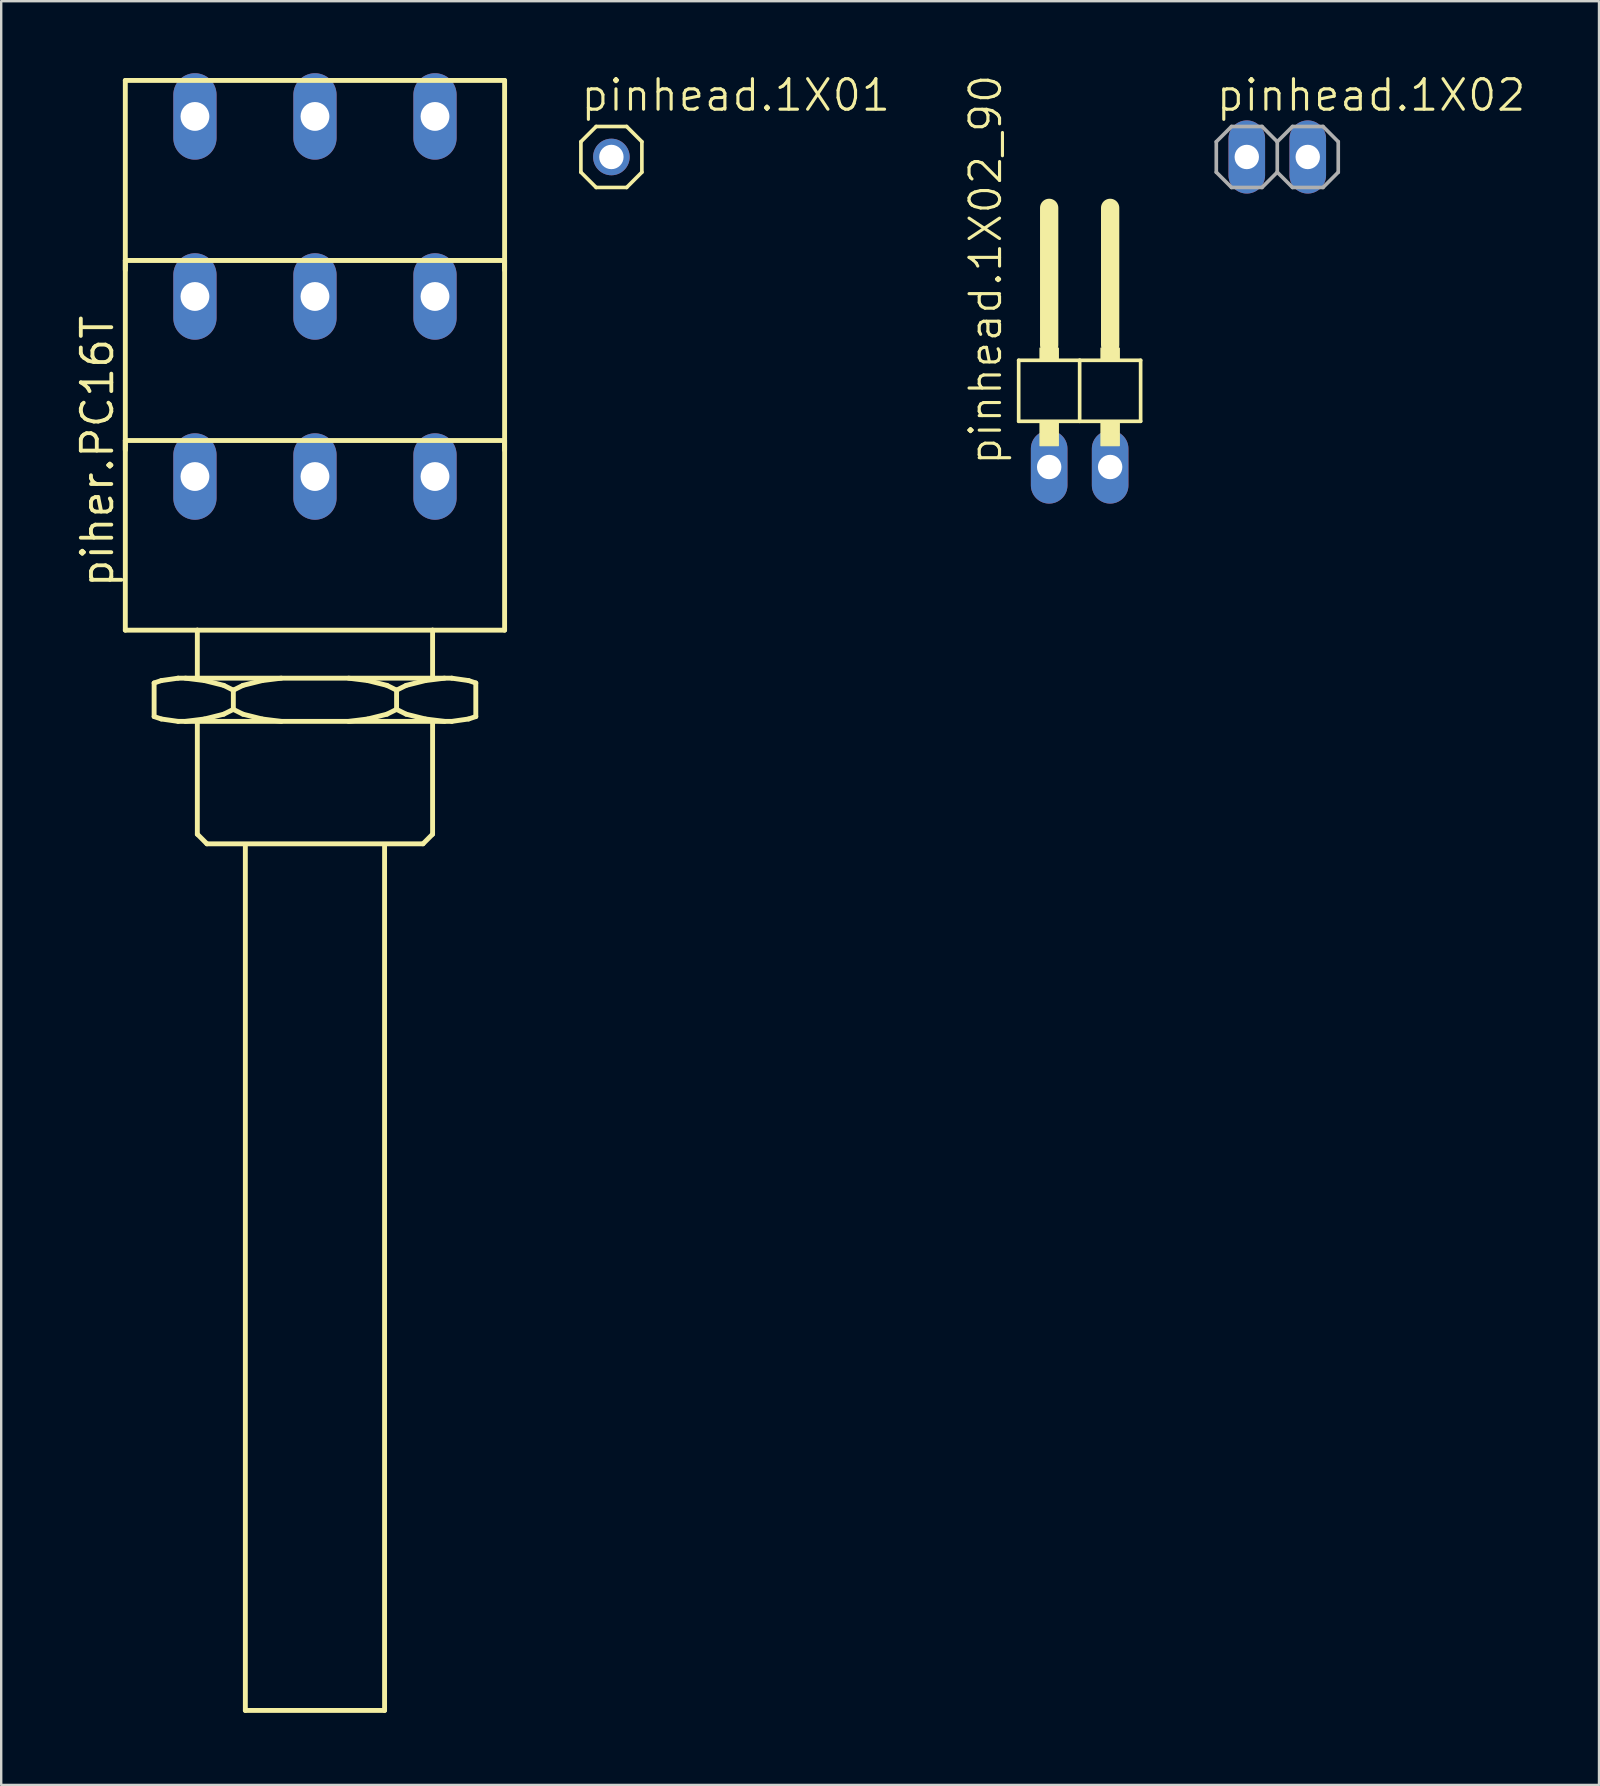
<source format=kicad_pcb>
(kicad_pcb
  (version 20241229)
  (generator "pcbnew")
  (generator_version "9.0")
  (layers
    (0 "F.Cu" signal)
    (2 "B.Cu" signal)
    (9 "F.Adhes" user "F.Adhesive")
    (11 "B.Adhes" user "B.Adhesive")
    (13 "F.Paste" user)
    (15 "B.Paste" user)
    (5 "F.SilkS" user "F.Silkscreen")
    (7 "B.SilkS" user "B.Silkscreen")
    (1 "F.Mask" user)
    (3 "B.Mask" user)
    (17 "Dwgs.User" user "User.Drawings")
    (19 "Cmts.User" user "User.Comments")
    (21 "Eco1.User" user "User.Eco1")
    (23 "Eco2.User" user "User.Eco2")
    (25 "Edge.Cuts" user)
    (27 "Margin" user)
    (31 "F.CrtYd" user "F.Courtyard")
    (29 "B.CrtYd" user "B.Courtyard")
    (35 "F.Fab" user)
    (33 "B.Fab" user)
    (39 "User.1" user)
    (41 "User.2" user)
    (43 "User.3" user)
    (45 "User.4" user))
  (footprint "pinhead.1X01"
    (layer "F.Cu")
    (at 22.418 3.489)
    (property "Reference" "pinhead.1X01" (at -1.346 -1.829 0) (layer "F.SilkS") (effects (font (size 1.27 1.27) (thickness 0.13)) (justify left bottom)))
    (attr through_hole)
    (fp_line (start -1.27 -0.635) (end -1.27 0.635) (stroke (width 0.152) (type default)) (layer "F.SilkS"))
    (fp_line (start -1.27 0.635) (end -0.635 1.27) (stroke (width 0.152) (type default)) (layer "F.SilkS"))
    (fp_line (start -0.635 -1.27) (end -1.27 -0.635) (stroke (width 0.152) (type default)) (layer "F.SilkS"))
    (fp_line (start -0.635 -1.27) (end 0.635 -1.27) (stroke (width 0.152) (type default)) (layer "F.SilkS"))
    (fp_line (start 0.635 -1.27) (end 1.27 -0.635) (stroke (width 0.152) (type default)) (layer "F.SilkS"))
    (fp_line (start 0.635 1.27) (end -0.635 1.27) (stroke (width 0.152) (type default)) (layer "F.SilkS"))
    (fp_line (start 1.27 -0.635) (end 1.27 0.635) (stroke (width 0.152) (type default)) (layer "F.SilkS"))
    (fp_line (start 1.27 0.635) (end 0.635 1.27) (stroke (width 0.152) (type default)) (layer "F.SilkS"))
    (fp_rect (start -0.254 0.254) (end 0.254 -0.254) (stroke (width 0.05) (type default)) (fill no) (layer "F.Fab"))
    (pad "1" thru_hole circle (at 0 0) (size 1.524 1.524) (drill 1.016) (layers "*.Cu" "*.Mask")))
  (footprint "piher.PC16T"
    (layer "F.Cu")
    (at 10.07 23.3)
    (property "Reference" "piher.PC16T" (at -8.32 -1.79 90) (layer "F.SilkS") (effects (font (size 1.27 1.27) (thickness 0.16)) (justify left bottom)))
    (attr through_hole)
    (fp_line (start -7.9 -23) (end -7.9 -15.1) (stroke (width 0.203) (type default)) (layer "F.SilkS"))
    (fp_line (start -7.9 -23) (end 7.9 -23) (stroke (width 0.203) (type default)) (layer "F.SilkS"))
    (fp_line (start -7.9 -15.5) (end -7.9 -7.6) (stroke (width 0.203) (type default)) (layer "F.SilkS"))
    (fp_line (start -7.9 -15.5) (end 7.9 -15.5) (stroke (width 0.203) (type default)) (layer "F.SilkS"))
    (fp_line (start -7.9 -8) (end -7.9 -0.1) (stroke (width 0.203) (type default)) (layer "F.SilkS"))
    (fp_line (start -7.9 -8) (end 7.9 -8) (stroke (width 0.203) (type default)) (layer "F.SilkS"))
    (fp_line (start -7.9 -0.1) (end -4.9 -0.1) (stroke (width 0.203) (type default)) (layer "F.SilkS"))
    (fp_line (start -6.7 2.1) (end -6.4 2) (stroke (width 0.203) (type default)) (layer "F.SilkS"))
    (fp_line (start -6.7 3.5) (end -6.7 2.1) (stroke (width 0.203) (type default)) (layer "F.SilkS"))
    (fp_line (start -6.4 2) (end -5.7 1.9) (stroke (width 0.203) (type default)) (layer "F.SilkS"))
    (fp_line (start -6.4 3.6) (end -6.7 3.5) (stroke (width 0.203) (type default)) (layer "F.SilkS"))
    (fp_line (start -5.7 1.9) (end -4.9 1.9) (stroke (width 0.203) (type default)) (layer "F.SilkS"))
    (fp_line (start -5.7 3.7) (end -6.4 3.6) (stroke (width 0.203) (type default)) (layer "F.SilkS"))
    (fp_line (start -4.9 -0.1) (end -4.9 1.9) (stroke (width 0.203) (type default)) (layer "F.SilkS"))
    (fp_line (start -4.9 -0.1) (end 4.9 -0.1) (stroke (width 0.203) (type default)) (layer "F.SilkS"))
    (fp_line (start -4.9 1.9) (end 4.9 1.9) (stroke (width 0.203) (type default)) (layer "F.SilkS"))
    (fp_line (start -4.9 3.7) (end -5.7 3.7) (stroke (width 0.203) (type default)) (layer "F.SilkS"))
    (fp_line (start -4.9 3.7) (end -4.9 8.4) (stroke (width 0.203) (type default)) (layer "F.SilkS"))
    (fp_line (start -4.9 8.4) (end -4.5 8.8) (stroke (width 0.203) (type default)) (layer "F.SilkS"))
    (fp_line (start -4.6 2) (end -5.4 1.9) (stroke (width 0.203) (type default)) (layer "F.SilkS"))
    (fp_line (start -4.6 3.6) (end -5.4 3.7) (stroke (width 0.203) (type default)) (layer "F.SilkS"))
    (fp_line (start -4.5 8.8) (end 4.5 8.8) (stroke (width 0.203) (type default)) (layer "F.SilkS"))
    (fp_line (start -3.8 2.2) (end -4.6 2) (stroke (width 0.203) (type default)) (layer "F.SilkS"))
    (fp_line (start -3.8 3.4) (end -4.6 3.6) (stroke (width 0.203) (type default)) (layer "F.SilkS"))
    (fp_line (start -3.4 2.4) (end -3.8 2.2) (stroke (width 0.203) (type default)) (layer "F.SilkS"))
    (fp_line (start -3.4 2.4) (end -3.4 3.2) (stroke (width 0.203) (type default)) (layer "F.SilkS"))
    (fp_line (start -3.4 2.4) (end -3 2.2) (stroke (width 0.203) (type default)) (layer "F.SilkS"))
    (fp_line (start -3.4 3.2) (end -3.8 3.4) (stroke (width 0.203) (type default)) (layer "F.SilkS"))
    (fp_line (start -3.4 3.2) (end -3 3.4) (stroke (width 0.203) (type default)) (layer "F.SilkS"))
    (fp_line (start -3 2.2) (end -2.2 2) (stroke (width 0.203) (type default)) (layer "F.SilkS"))
    (fp_line (start -3 3.4) (end -2.2 3.6) (stroke (width 0.203) (type default)) (layer "F.SilkS"))
    (fp_line (start -2.9 8.9) (end -2.9 44.9) (stroke (width 0.203) (type default)) (layer "F.SilkS"))
    (fp_line (start -2.9 44.9) (end 2.9 44.9) (stroke (width 0.203) (type default)) (layer "F.SilkS"))
    (fp_line (start -2.2 2) (end -1.4 1.9) (stroke (width 0.203) (type default)) (layer "F.SilkS"))
    (fp_line (start -2.2 3.6) (end -1.4 3.7) (stroke (width 0.203) (type default)) (layer "F.SilkS"))
    (fp_line (start 2.2 2) (end 1.4 1.9) (stroke (width 0.203) (type default)) (layer "F.SilkS"))
    (fp_line (start 2.2 3.6) (end 1.4 3.7) (stroke (width 0.203) (type default)) (layer "F.SilkS"))
    (fp_line (start 2.9 8.9) (end 2.9 44.9) (stroke (width 0.203) (type default)) (layer "F.SilkS"))
    (fp_line (start 3 2.2) (end 2.2 2) (stroke (width 0.203) (type default)) (layer "F.SilkS"))
    (fp_line (start 3 3.4) (end 2.2 3.6) (stroke (width 0.203) (type default)) (layer "F.SilkS"))
    (fp_line (start 3.4 2.4) (end 3 2.2) (stroke (width 0.203) (type default)) (layer "F.SilkS"))
    (fp_line (start 3.4 2.4) (end 3.4 3.2) (stroke (width 0.203) (type default)) (layer "F.SilkS"))
    (fp_line (start 3.4 2.4) (end 3.8 2.2) (stroke (width 0.203) (type default)) (layer "F.SilkS"))
    (fp_line (start 3.4 3.2) (end 3 3.4) (stroke (width 0.203) (type default)) (layer "F.SilkS"))
    (fp_line (start 3.4 3.2) (end 3.8 3.4) (stroke (width 0.203) (type default)) (layer "F.SilkS"))
    (fp_line (start 3.8 2.2) (end 4.6 2) (stroke (width 0.203) (type default)) (layer "F.SilkS"))
    (fp_line (start 3.8 3.4) (end 4.6 3.6) (stroke (width 0.203) (type default)) (layer "F.SilkS"))
    (fp_line (start 4.5 8.8) (end 4.9 8.4) (stroke (width 0.203) (type default)) (layer "F.SilkS"))
    (fp_line (start 4.6 2) (end 5.4 1.9) (stroke (width 0.203) (type default)) (layer "F.SilkS"))
    (fp_line (start 4.6 3.6) (end 5.4 3.7) (stroke (width 0.203) (type default)) (layer "F.SilkS"))
    (fp_line (start 4.9 -0.1) (end 4.9 1.9) (stroke (width 0.203) (type default)) (layer "F.SilkS"))
    (fp_line (start 4.9 -0.1) (end 7.9 -0.1) (stroke (width 0.203) (type default)) (layer "F.SilkS"))
    (fp_line (start 4.9 1.9) (end 5.7 1.9) (stroke (width 0.203) (type default)) (layer "F.SilkS"))
    (fp_line (start 4.9 3.7) (end -4.9 3.7) (stroke (width 0.203) (type default)) (layer "F.SilkS"))
    (fp_line (start 4.9 3.7) (end 4.9 8.4) (stroke (width 0.203) (type default)) (layer "F.SilkS"))
    (fp_line (start 5.7 1.9) (end 6.4 2) (stroke (width 0.203) (type default)) (layer "F.SilkS"))
    (fp_line (start 5.7 3.7) (end 4.9 3.7) (stroke (width 0.203) (type default)) (layer "F.SilkS"))
    (fp_line (start 6.4 2) (end 6.7 2.1) (stroke (width 0.203) (type default)) (layer "F.SilkS"))
    (fp_line (start 6.4 3.6) (end 5.7 3.7) (stroke (width 0.203) (type default)) (layer "F.SilkS"))
    (fp_line (start 6.7 2.1) (end 6.7 3.5) (stroke (width 0.203) (type default)) (layer "F.SilkS"))
    (fp_line (start 6.7 3.5) (end 6.4 3.6) (stroke (width 0.203) (type default)) (layer "F.SilkS"))
    (fp_line (start 7.9 -15.1) (end 7.9 -23) (stroke (width 0.203) (type default)) (layer "F.SilkS"))
    (fp_line (start 7.9 -7.6) (end 7.9 -15.5) (stroke (width 0.203) (type default)) (layer "F.SilkS"))
    (fp_line (start 7.9 -0.1) (end 7.9 -8) (stroke (width 0.203) (type default)) (layer "F.SilkS"))
    (pad "1A" thru_hole oval (at -5 -6.5 90) (size 3.6 1.8) (drill 1.2) (layers "*.Cu" "*.Mask"))
    (pad "1E" thru_hole oval (at 5 -6.5 90) (size 3.6 1.8) (drill 1.2) (layers "*.Cu" "*.Mask"))
    (pad "1S" thru_hole oval (at 0 -6.5 90) (size 3.6 1.8) (drill 1.2) (layers "*.Cu" "*.Mask"))
    (pad "2A" thru_hole oval (at -5 -14 90) (size 3.6 1.8) (drill 1.2) (layers "*.Cu" "*.Mask"))
    (pad "2E" thru_hole oval (at 5 -14 90) (size 3.6 1.8) (drill 1.2) (layers "*.Cu" "*.Mask"))
    (pad "2S" thru_hole oval (at 0 -14 90) (size 3.6 1.8) (drill 1.2) (layers "*.Cu" "*.Mask"))
    (pad "3A" thru_hole oval (at -5 -21.5 90) (size 3.6 1.8) (drill 1.2) (layers "*.Cu" "*.Mask"))
    (pad "3E" thru_hole oval (at 5 -21.5 90) (size 3.6 1.8) (drill 1.2) (layers "*.Cu" "*.Mask"))
    (pad "3S" thru_hole oval (at 0 -21.5 90) (size 3.6 1.8) (drill 1.2) (layers "*.Cu" "*.Mask")))
  (footprint "pinhead.1X02_90"
    (layer "F.Cu")
    (at 41.924 12.594)
    (property "Reference" "pinhead.1X02_90" (at -3.175 3.81 90) (layer "F.SilkS") (effects (font (size 1.27 1.27) (thickness 0.13)) (justify left bottom)))
    (attr through_hole)
    (fp_line (start -2.54 -0.635) (end -2.54 1.905) (stroke (width 0.152) (type default)) (layer "F.SilkS"))
    (fp_line (start -2.54 1.905) (end 0 1.905) (stroke (width 0.152) (type default)) (layer "F.SilkS"))
    (fp_line (start -1.27 -6.985) (end -1.27 -1.27) (stroke (width 0.762) (type default)) (layer "F.SilkS"))
    (fp_line (start 0 -0.635) (end -2.54 -0.635) (stroke (width 0.152) (type default)) (layer "F.SilkS"))
    (fp_line (start 0 1.905) (end 0 -0.635) (stroke (width 0.152) (type default)) (layer "F.SilkS"))
    (fp_line (start 0 1.905) (end 2.54 1.905) (stroke (width 0.152) (type default)) (layer "F.SilkS"))
    (fp_line (start 1.27 -6.985) (end 1.27 -1.27) (stroke (width 0.762) (type default)) (layer "F.SilkS"))
    (fp_line (start 2.54 -0.635) (end 0 -0.635) (stroke (width 0.152) (type default)) (layer "F.SilkS"))
    (fp_line (start 2.54 1.905) (end 2.54 -0.635) (stroke (width 0.152) (type default)) (layer "F.SilkS"))
    (fp_rect (start -1.651 -0.635) (end -0.889 -1.143) (stroke (width 0.05) (type default)) (fill yes) (layer "F.SilkS"))
    (fp_rect (start -1.651 2.921) (end -0.889 1.905) (stroke (width 0.05) (type default)) (fill yes) (layer "F.SilkS"))
    (fp_rect (start 0.889 -0.635) (end 1.651 -1.143) (stroke (width 0.05) (type default)) (fill yes) (layer "F.SilkS"))
    (fp_rect (start 0.889 2.921) (end 1.651 1.905) (stroke (width 0.05) (type default)) (fill yes) (layer "F.SilkS"))
    (pad "1" thru_hole oval (at -1.27 3.81 90) (size 3.048 1.524) (drill 1.016) (layers "*.Cu" "*.Mask"))
    (pad "2" thru_hole oval (at 1.27 3.81 90) (size 3.048 1.524) (drill 1.016) (layers "*.Cu" "*.Mask")))
  (footprint "pinhead.1X02"
    (layer "F.Cu")
    (at 50.156 3.489)
    (property "Reference" "pinhead.1X02" (at -2.616 -1.829 0) (layer "F.SilkS") (effects (font (size 1.27 1.27) (thickness 0.13)) (justify left bottom)))
    (attr through_hole)
    (fp_line (start -2.54 -0.635) (end -2.54 0.635) (stroke (width 0.152) (type default)) (layer "F.Fab"))
    (fp_line (start -2.54 0.635) (end -1.905 1.27) (stroke (width 0.152) (type default)) (layer "F.Fab"))
    (fp_line (start -1.905 -1.27) (end -2.54 -0.635) (stroke (width 0.152) (type default)) (layer "F.Fab"))
    (fp_line (start -1.905 -1.27) (end -0.635 -1.27) (stroke (width 0.152) (type default)) (layer "F.Fab"))
    (fp_line (start -0.635 -1.27) (end 0 -0.635) (stroke (width 0.152) (type default)) (layer "F.Fab"))
    (fp_line (start -0.635 1.27) (end -1.905 1.27) (stroke (width 0.152) (type default)) (layer "F.Fab"))
    (fp_line (start 0 -0.635) (end 0 0.635) (stroke (width 0.152) (type default)) (layer "F.Fab"))
    (fp_line (start 0 -0.635) (end 0.635 -1.27) (stroke (width 0.152) (type default)) (layer "F.Fab"))
    (fp_line (start 0 0.635) (end -0.635 1.27) (stroke (width 0.152) (type default)) (layer "F.Fab"))
    (fp_line (start 0.635 -1.27) (end 1.905 -1.27) (stroke (width 0.152) (type default)) (layer "F.Fab"))
    (fp_line (start 0.635 1.27) (end 0 0.635) (stroke (width 0.152) (type default)) (layer "F.Fab"))
    (fp_line (start 1.905 -1.27) (end 2.54 -0.635) (stroke (width 0.152) (type default)) (layer "F.Fab"))
    (fp_line (start 1.905 1.27) (end 0.635 1.27) (stroke (width 0.152) (type default)) (layer "F.Fab"))
    (fp_line (start 2.54 -0.635) (end 2.54 0.635) (stroke (width 0.152) (type default)) (layer "F.Fab"))
    (fp_line (start 2.54 0.635) (end 1.905 1.27) (stroke (width 0.152) (type default)) (layer "F.Fab"))
    (fp_rect (start -1.524 0.254) (end -1.016 -0.254) (stroke (width 0.05) (type default)) (fill no) (layer "F.Fab"))
    (fp_rect (start 1.016 0.254) (end 1.524 -0.254) (stroke (width 0.05) (type default)) (fill no) (layer "F.Fab"))
    (pad "1" thru_hole oval (at -1.27 0 90) (size 3.048 1.524) (drill 1.016) (layers "*.Cu" "*.Mask"))
    (pad "2" thru_hole oval (at 1.27 0 90) (size 3.048 1.524) (drill 1.016) (layers "*.Cu" "*.Mask")))
  (gr_rect
    (start -3 -3)
    (end 63.558 71.302)
    (stroke (width 0.1) (type default))
    (fill no)
    (layer "Edge.Cuts")))
</source>
